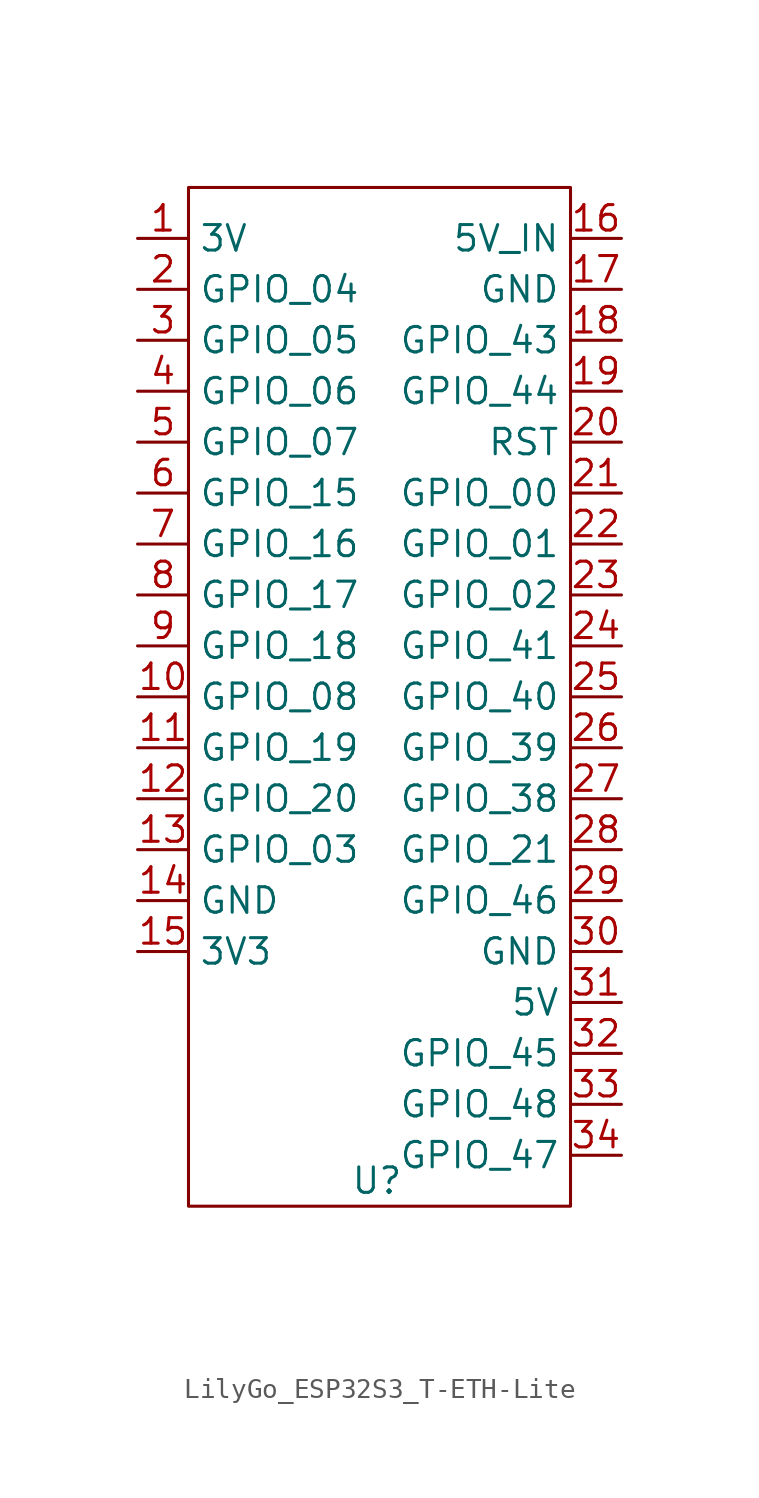
<source format=kicad_sym>
(kicad_symbol_lib
  (version 20231120)
  (generator "kicad_symbol_editor")
  (generator_version "8.0")
  (symbol "LilyGo_ESP32S3_T-ETH-Lite"
    (property "Reference" "U"
      (at -0.762 1.27 0)
      (effects (font (size 1.27 1.27))))
    (property "Value" ""
      (at 7.62 -2.54 0)
      (effects (font (size 1.27 1.27))))
    (symbol "LilyGo_ESP32S3_T-ETH-Lite_0_1"
      (rectangle (start -10.16 50.8) (end 8.89 0) (stroke (width 0) (type default)) (fill (type none))))
    (symbol "LilyGo_ESP32S3_T-ETH-Lite_1_1"
      (pin power_in line (at -12.7 48.26 0) (length 2.54) (name "3V" (effects (font (size 1.27 1.27)))) (number "1" (effects (font (size 1.27 1.27)))))
      (pin bidirectional line (at -12.7 25.4 0) (length 2.54) (name "GPIO_08" (effects (font (size 1.27 1.27)))) (number "10" (effects (font (size 1.27 1.27)))))
      (pin bidirectional line (at -12.7 22.86 0) (length 2.54) (name "GPIO_19" (effects (font (size 1.27 1.27)))) (number "11" (effects (font (size 1.27 1.27)))))
      (pin bidirectional line (at -12.7 20.32 0) (length 2.54) (name "GPIO_20" (effects (font (size 1.27 1.27)))) (number "12" (effects (font (size 1.27 1.27)))))
      (pin bidirectional line (at -12.7 17.78 0) (length 2.54) (name "GPIO_03" (effects (font (size 1.27 1.27)))) (number "13" (effects (font (size 1.27 1.27)))))
      (pin power_out line (at -12.7 15.24 0) (length 2.54) (name "GND" (effects (font (size 1.27 1.27)))) (number "14" (effects (font (size 1.27 1.27)))))
      (pin power_in line (at -12.7 12.7 0) (length 2.54) (name "3V3" (effects (font (size 1.27 1.27)))) (number "15" (effects (font (size 1.27 1.27)))))
      (pin power_in line (at 11.43 48.26 180) (length 2.54) (name "5V_IN" (effects (font (size 1.27 1.27)))) (number "16" (effects (font (size 1.27 1.27)))))
      (pin power_out line (at 11.43 45.72 180) (length 2.54) (name "GND" (effects (font (size 1.27 1.27)))) (number "17" (effects (font (size 1.27 1.27)))))
      (pin bidirectional line (at 11.43 43.18 180) (length 2.54) (name "GPIO_43" (effects (font (size 1.27 1.27)))) (number "18" (effects (font (size 1.27 1.27)))))
      (pin bidirectional line (at 11.43 40.64 180) (length 2.54) (name "GPIO_44" (effects (font (size 1.27 1.27)))) (number "19" (effects (font (size 1.27 1.27)))))
      (pin bidirectional line (at -12.7 45.72 0) (length 2.54) (name "GPIO_04" (effects (font (size 1.27 1.27)))) (number "2" (effects (font (size 1.27 1.27)))))
      (pin bidirectional line (at 11.43 38.1 180) (length 2.54) (name "RST" (effects (font (size 1.27 1.27)))) (number "20" (effects (font (size 1.27 1.27)))))
      (pin bidirectional line (at 11.43 35.56 180) (length 2.54) (name "GPIO_00" (effects (font (size 1.27 1.27)))) (number "21" (effects (font (size 1.27 1.27)))))
      (pin bidirectional line (at 11.43 33.02 180) (length 2.54) (name "GPIO_01" (effects (font (size 1.27 1.27)))) (number "22" (effects (font (size 1.27 1.27)))))
      (pin bidirectional line (at 11.43 30.48 180) (length 2.54) (name "GPIO_02" (effects (font (size 1.27 1.27)))) (number "23" (effects (font (size 1.27 1.27)))))
      (pin bidirectional line (at 11.43 27.94 180) (length 2.54) (name "GPIO_41" (effects (font (size 1.27 1.27)))) (number "24" (effects (font (size 1.27 1.27)))))
      (pin bidirectional line (at 11.43 25.4 180) (length 2.54) (name "GPIO_40" (effects (font (size 1.27 1.27)))) (number "25" (effects (font (size 1.27 1.27)))))
      (pin bidirectional line (at 11.43 22.86 180) (length 2.54) (name "GPIO_39" (effects (font (size 1.27 1.27)))) (number "26" (effects (font (size 1.27 1.27)))))
      (pin bidirectional line (at 11.43 20.32 180) (length 2.54) (name "GPIO_38" (effects (font (size 1.27 1.27)))) (number "27" (effects (font (size 1.27 1.27)))))
      (pin bidirectional line (at 11.43 17.78 180) (length 2.54) (name "GPIO_21" (effects (font (size 1.27 1.27)))) (number "28" (effects (font (size 1.27 1.27)))))
      (pin bidirectional line (at 11.43 15.24 180) (length 2.54) (name "GPIO_46" (effects (font (size 1.27 1.27)))) (number "29" (effects (font (size 1.27 1.27)))))
      (pin power_in line (at -12.7 43.18 0) (length 2.54) (name "GPIO_05" (effects (font (size 1.27 1.27)))) (number "3" (effects (font (size 1.27 1.27)))))
      (pin power_out line (at 11.43 12.7 180) (length 2.54) (name "GND" (effects (font (size 1.27 1.27)))) (number "30" (effects (font (size 1.27 1.27)))))
      (pin power_in line (at 11.43 10.16 180) (length 2.54) (name "5V" (effects (font (size 1.27 1.27)))) (number "31" (effects (font (size 1.27 1.27)))))
      (pin bidirectional line (at 11.43 7.62 180) (length 2.54) (name "GPIO_45" (effects (font (size 1.27 1.27)))) (number "32" (effects (font (size 1.27 1.27)))))
      (pin bidirectional line (at 11.43 5.08 180) (length 2.54) (name "GPIO_48" (effects (font (size 1.27 1.27)))) (number "33" (effects (font (size 1.27 1.27)))))
      (pin bidirectional line (at 11.43 2.54 180) (length 2.54) (name "GPIO_47" (effects (font (size 1.27 1.27)))) (number "34" (effects (font (size 1.27 1.27)))))
      (pin bidirectional line (at -12.7 40.64 0) (length 2.54) (name "GPIO_06" (effects (font (size 1.27 1.27)))) (number "4" (effects (font (size 1.27 1.27)))))
      (pin bidirectional line (at -12.7 38.1 0) (length 2.54) (name "GPIO_07" (effects (font (size 1.27 1.27)))) (number "5" (effects (font (size 1.27 1.27)))))
      (pin bidirectional line (at -12.7 35.56 0) (length 2.54) (name "GPIO_15" (effects (font (size 1.27 1.27)))) (number "6" (effects (font (size 1.27 1.27)))))
      (pin bidirectional line (at -12.7 33.02 0) (length 2.54) (name "GPIO_16" (effects (font (size 1.27 1.27)))) (number "7" (effects (font (size 1.27 1.27)))))
      (pin bidirectional line (at -12.7 30.48 0) (length 2.54) (name "GPIO_17" (effects (font (size 1.27 1.27)))) (number "8" (effects (font (size 1.27 1.27)))))
      (pin bidirectional line (at -12.7 27.94 0) (length 2.54) (name "GPIO_18" (effects (font (size 1.27 1.27)))) (number "9" (effects (font (size 1.27 1.27))))))))
</source>
